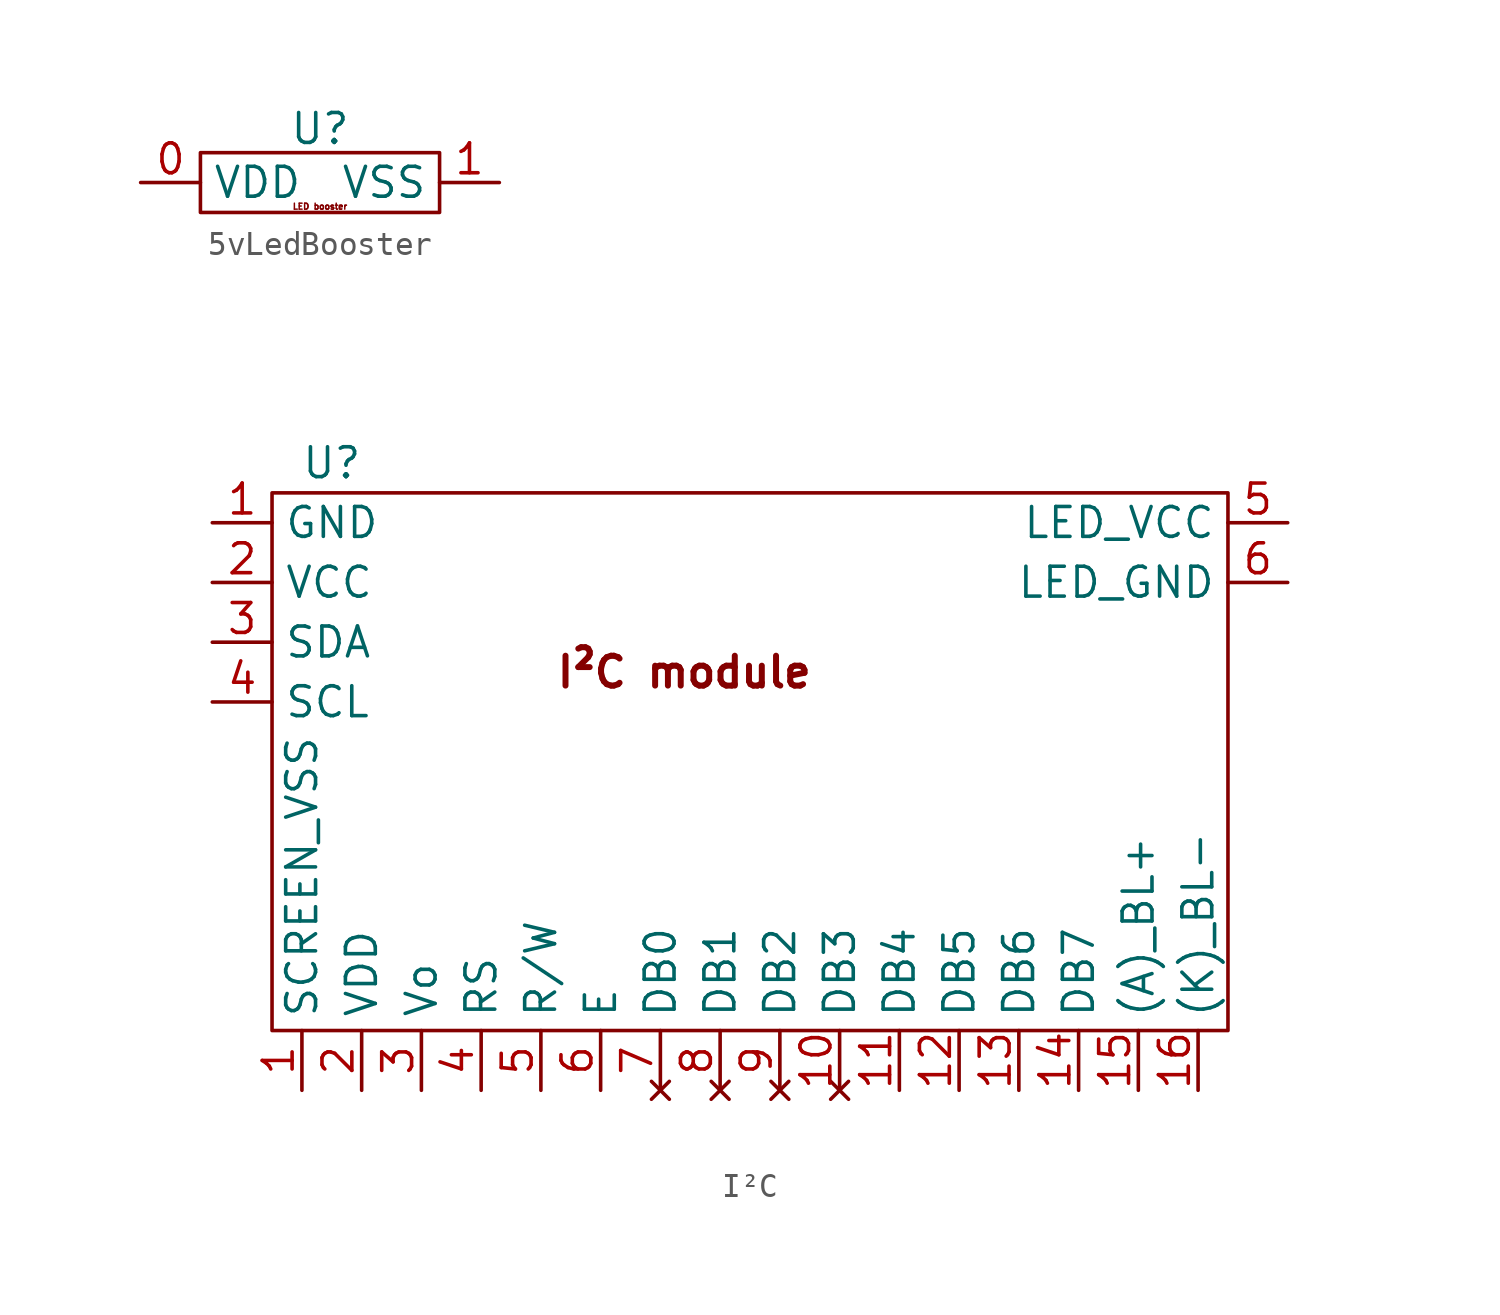
<source format=kicad_sym>
(kicad_symbol_lib
  (version 20241209)
  (generator "kicad_symbol_editor")
  (generator_version "9.0")
  (symbol "5vLedBooster"
    (property "Reference" "U"
      (at 0 -0.254 0)
      (effects (font (size 1.27 1.27))))
    (property "Value" ""
      (at 0 0 0)
      (effects (font (size 1.27 1.27))))
    (symbol "5vLedBooster_0_1"
      (rectangle (start -5.08 -1.27) (end 5.08 -3.81) (stroke (width 0) (type default)) (fill (type none))))
    (symbol "5vLedBooster_1_1"
      (text "LED booster" (at 0 -3.556 0) (effects (font (size 0.254 0.254))))
      (pin power_in line (at -7.62 -2.54 0) (length 2.54) (name "VDD" (effects (font (size 1.27 1.27)))) (number "0" (effects (font (size 1.27 1.27)))))
      (pin power_out line (at 7.62 -2.54 180) (length 2.54) (name "VSS" (effects (font (size 1.27 1.27)))) (number "1" (effects (font (size 1.27 1.27)))))))
  (symbol "I²C"
    (property "Reference" "U"
      (at 0 1.27 0)
      (effects (font (size 1.27 1.27))))
    (property "Value" ""
      (at 0 0 0)
      (effects (font (size 1.27 1.27))))
    (symbol "I²C_0_1"
      (rectangle (start -2.54 0) (end 38.1 -22.86) (stroke (width 0) (type default)) (fill (type none))))
    (symbol "I²C_1_1"
      (text "I²C module" (at 14.986 -7.62 0) (effects (font (size 1.27 1.27) (thickness 0.254) (bold yes))))
      (pin power_out line (at -5.08 -1.27 0) (length 2.54) (name "GND" (effects (font (size 1.27 1.27)))) (number "1" (effects (font (size 1.27 1.27)))))
      (pin power_in line (at -5.08 -3.81 0) (length 2.54) (name "VCC" (effects (font (size 1.27 1.27)))) (number "2" (effects (font (size 1.27 1.27)))))
      (pin input line (at -5.08 -6.35 0) (length 2.54) (name "SDA" (effects (font (size 1.27 1.27)))) (number "3" (effects (font (size 1.27 1.27)))))
      (pin input line (at -5.08 -8.89 0) (length 2.54) (name "SCL" (effects (font (size 1.27 1.27)))) (number "4" (effects (font (size 1.27 1.27)))))
      (pin power_out line (at -1.27 -25.4 90) (length 2.54) (name "SCREEN_VSS" (effects (font (size 1.27 1.27)))) (number "1" (effects (font (size 1.27 1.27)))))
      (pin power_in line (at 1.27 -25.4 90) (length 2.54) (name "VDD" (effects (font (size 1.27 1.27)))) (number "2" (effects (font (size 1.27 1.27)))))
      (pin unspecified line (at 3.81 -25.4 90) (length 2.54) (name "Vo" (effects (font (size 1.27 1.27)))) (number "3" (effects (font (size 1.27 1.27)))))
      (pin input line (at 6.35 -25.4 90) (length 2.54) (name "RS" (effects (font (size 1.27 1.27)))) (number "4" (effects (font (size 1.27 1.27)))))
      (pin bidirectional line (at 8.89 -25.4 90) (length 2.54) (name "R/W" (effects (font (size 1.27 1.27)))) (number "5" (effects (font (size 1.27 1.27)))))
      (pin unspecified line (at 11.43 -25.4 90) (length 2.54) (name "E" (effects (font (size 1.27 1.27)))) (number "6" (effects (font (size 1.27 1.27)))))
      (pin no_connect line (at 13.97 -25.4 90) (length 2.54) (name "DB0" (effects (font (size 1.27 1.27)))) (number "7" (effects (font (size 1.27 1.27)))))
      (pin no_connect line (at 16.51 -25.4 90) (length 2.54) (name "DB1" (effects (font (size 1.27 1.27)))) (number "8" (effects (font (size 1.27 1.27)))))
      (pin no_connect line (at 19.05 -25.4 90) (length 2.54) (name "DB2" (effects (font (size 1.27 1.27)))) (number "9" (effects (font (size 1.27 1.27)))))
      (pin no_connect line (at 21.59 -25.4 90) (length 2.54) (name "DB3" (effects (font (size 1.27 1.27)))) (number "10" (effects (font (size 1.27 1.27)))))
      (pin input line (at 24.13 -25.4 90) (length 2.54) (name "DB4" (effects (font (size 1.27 1.27)))) (number "11" (effects (font (size 1.27 1.27)))))
      (pin input line (at 26.67 -25.4 90) (length 2.54) (name "DB5" (effects (font (size 1.27 1.27)))) (number "12" (effects (font (size 1.27 1.27)))))
      (pin input line (at 29.21 -25.4 90) (length 2.54) (name "DB6" (effects (font (size 1.27 1.27)))) (number "13" (effects (font (size 1.27 1.27)))))
      (pin input line (at 31.75 -25.4 90) (length 2.54) (name "DB7" (effects (font (size 1.27 1.27)))) (number "14" (effects (font (size 1.27 1.27)))))
      (pin power_out line (at 34.29 -25.4 90) (length 2.54) (name "(A)_BL+" (effects (font (size 1.27 1.27)))) (number "15" (effects (font (size 1.27 1.27)))))
      (pin power_in line (at 36.83 -25.4 90) (length 2.54) (name "(K)_BL-" (effects (font (size 1.27 1.27)))) (number "16" (effects (font (size 1.27 1.27)))))
      (pin power_in line (at 40.64 -1.27 180) (length 2.54) (name "LED_VCC" (effects (font (size 1.27 1.27)))) (number "5" (effects (font (size 1.27 1.27)))))
      (pin power_out line (at 40.64 -3.81 180) (length 2.54) (name "LED_GND" (effects (font (size 1.27 1.27)))) (number "6" (effects (font (size 1.27 1.27))))))))
</source>
